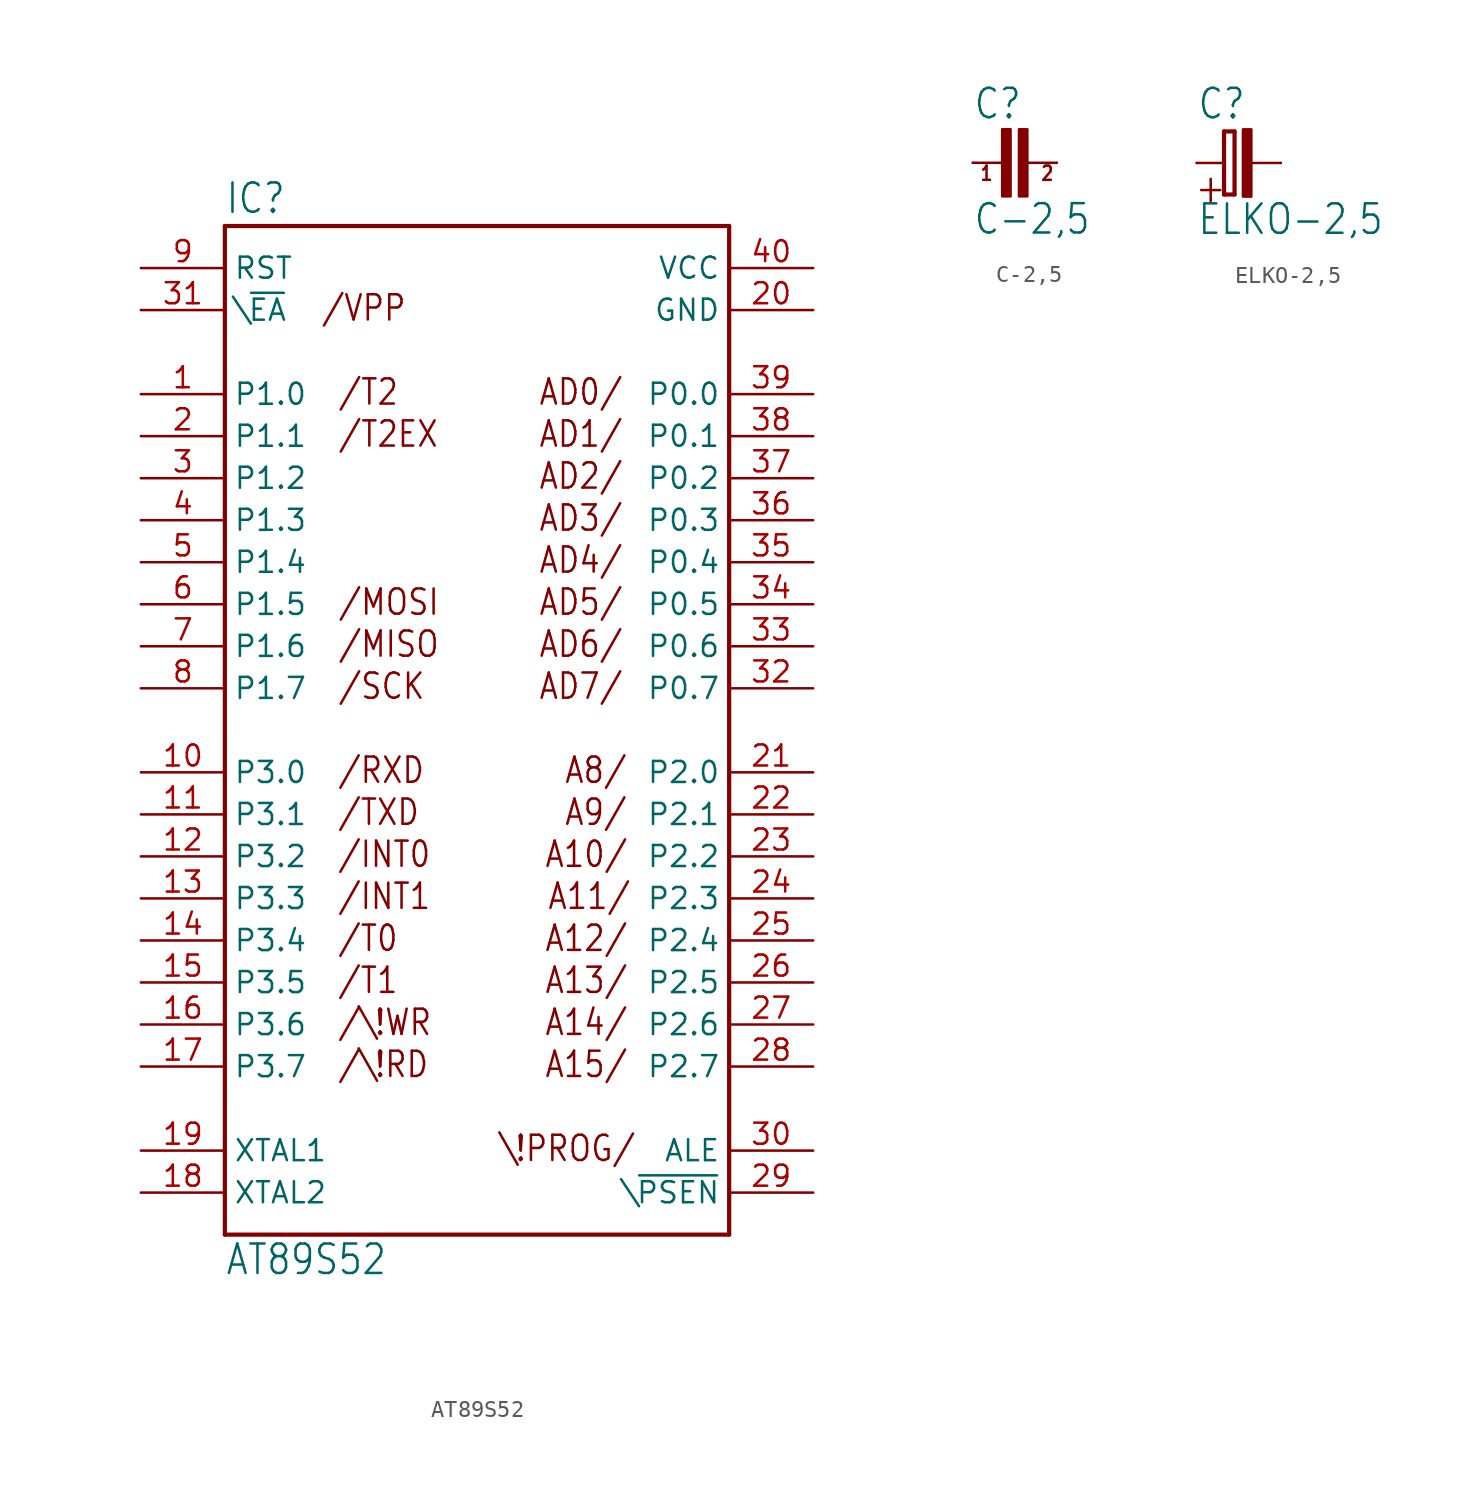
<source format=kicad_sym>
(kicad_symbol_lib
  (version 20211014)
  (generator kicad_symbol_editor)
  (symbol "AT89S52"
    (property "Reference" "IC"
      (at -15.24 31.115 0)
      (effects (font (size 1.778 1.511)) (justify left bottom)))
    (property "Value" "AT89S52"
      (at -15.24 -33.02 0)
      (effects (font (size 1.778 1.511)) (justify left bottom)))
    (property "ki_locked" ""
      (at 0 0 0)
      (effects (font (size 1.27 1.27))))
    (symbol "AT89S52_1_0"
      (polyline (pts (xy -15.24 -30.48) (xy -15.24 30.48)) (stroke (width 0.254) (type default) (color 0 0 0 0)) (fill (type none)))
      (polyline (pts (xy -15.24 30.48) (xy 15.24 30.48)) (stroke (width 0.254) (type default) (color 0 0 0 0)) (fill (type none)))
      (polyline (pts (xy 15.24 -30.48) (xy -15.24 -30.48)) (stroke (width 0.254) (type default) (color 0 0 0 0)) (fill (type none)))
      (polyline (pts (xy 15.24 30.48) (xy 15.24 -30.48)) (stroke (width 0.254) (type default) (color 0 0 0 0)) (fill (type none)))
      (text "/\\!RD" (at -8.484 -21.082 0) (effects (font (size 1.524 1.295)) (justify left bottom)))
      (text "/\\!WR" (at -8.484 -18.542 0) (effects (font (size 1.524 1.295)) (justify left bottom)))
      (text "/INT0" (at -8.484 -8.382 0) (effects (font (size 1.524 1.295)) (justify left bottom)))
      (text "/INT1" (at -8.484 -10.922 0) (effects (font (size 1.524 1.295)) (justify left bottom)))
      (text "/MISO" (at -8.458 4.318 0) (effects (font (size 1.524 1.295)) (justify left bottom)))
      (text "/MOSI" (at -8.458 6.858 0) (effects (font (size 1.524 1.295)) (justify left bottom)))
      (text "/RXD" (at -8.484 -3.302 0) (effects (font (size 1.524 1.295)) (justify left bottom)))
      (text "/SCK" (at -8.458 1.778 0) (effects (font (size 1.524 1.295)) (justify left bottom)))
      (text "/T0" (at -8.484 -13.462 0) (effects (font (size 1.524 1.295)) (justify left bottom)))
      (text "/T1" (at -8.484 -16.002 0) (effects (font (size 1.524 1.295)) (justify left bottom)))
      (text "/T2" (at -8.458 19.558 0) (effects (font (size 1.524 1.295)) (justify left bottom)))
      (text "/T2EX" (at -8.458 17.018 0) (effects (font (size 1.524 1.295)) (justify left bottom)))
      (text "/TXD" (at -8.484 -5.842 0) (effects (font (size 1.524 1.295)) (justify left bottom)))
      (text "/VPP" (at -9.474 24.638 0) (effects (font (size 1.524 1.295)) (justify left bottom)))
      (text "\\!PROG/" (at 1.372 -26.162 0) (effects (font (size 1.524 1.295)) (justify left bottom)))
      (text "A10/" (at 4.039 -8.382 0) (effects (font (size 1.524 1.295)) (justify left bottom)))
      (text "A11/" (at 4.216 -10.922 0) (effects (font (size 1.524 1.295)) (justify left bottom)))
      (text "A12/" (at 4.039 -13.462 0) (effects (font (size 1.524 1.295)) (justify left bottom)))
      (text "A13/" (at 4.039 -16.002 0) (effects (font (size 1.524 1.295)) (justify left bottom)))
      (text "A14/" (at 4.039 -18.542 0) (effects (font (size 1.524 1.295)) (justify left bottom)))
      (text "A15/" (at 4.039 -21.082 0) (effects (font (size 1.524 1.295)) (justify left bottom)))
      (text "A8/" (at 5.232 -3.302 0) (effects (font (size 1.524 1.295)) (justify left bottom)))
      (text "A9/" (at 5.232 -5.842 0) (effects (font (size 1.524 1.295)) (justify left bottom)))
      (text "AD0/" (at 3.683 19.558 0) (effects (font (size 1.524 1.295)) (justify left bottom)))
      (text "AD1/" (at 3.683 17.018 0) (effects (font (size 1.524 1.295)) (justify left bottom)))
      (text "AD2/" (at 3.683 14.478 0) (effects (font (size 1.524 1.295)) (justify left bottom)))
      (text "AD3/" (at 3.683 11.938 0) (effects (font (size 1.524 1.295)) (justify left bottom)))
      (text "AD4/" (at 3.683 9.398 0) (effects (font (size 1.524 1.295)) (justify left bottom)))
      (text "AD5/" (at 3.683 6.858 0) (effects (font (size 1.524 1.295)) (justify left bottom)))
      (text "AD6/" (at 3.683 4.318 0) (effects (font (size 1.524 1.295)) (justify left bottom)))
      (text "AD7/" (at 3.683 1.778 0) (effects (font (size 1.524 1.295)) (justify left bottom)))
      (pin bidirectional line (at -20.32 20.32 0) (length 5.08) (name "P1.0" (effects (font (size 1.27 1.27)))) (number "1" (effects (font (size 1.27 1.27)))))
      (pin bidirectional line (at -20.32 -2.54 0) (length 5.08) (name "P3.0" (effects (font (size 1.27 1.27)))) (number "10" (effects (font (size 1.27 1.27)))))
      (pin bidirectional line (at -20.32 -5.08 0) (length 5.08) (name "P3.1" (effects (font (size 1.27 1.27)))) (number "11" (effects (font (size 1.27 1.27)))))
      (pin bidirectional line (at -20.32 -7.62 0) (length 5.08) (name "P3.2" (effects (font (size 1.27 1.27)))) (number "12" (effects (font (size 1.27 1.27)))))
      (pin bidirectional line (at -20.32 -10.16 0) (length 5.08) (name "P3.3" (effects (font (size 1.27 1.27)))) (number "13" (effects (font (size 1.27 1.27)))))
      (pin bidirectional line (at -20.32 -12.7 0) (length 5.08) (name "P3.4" (effects (font (size 1.27 1.27)))) (number "14" (effects (font (size 1.27 1.27)))))
      (pin bidirectional line (at -20.32 -15.24 0) (length 5.08) (name "P3.5" (effects (font (size 1.27 1.27)))) (number "15" (effects (font (size 1.27 1.27)))))
      (pin bidirectional line (at -20.32 -17.78 0) (length 5.08) (name "P3.6" (effects (font (size 1.27 1.27)))) (number "16" (effects (font (size 1.27 1.27)))))
      (pin bidirectional line (at -20.32 -20.32 0) (length 5.08) (name "P3.7" (effects (font (size 1.27 1.27)))) (number "17" (effects (font (size 1.27 1.27)))))
      (pin output line (at -20.32 -27.94 0) (length 5.08) (name "XTAL2" (effects (font (size 1.27 1.27)))) (number "18" (effects (font (size 1.27 1.27)))))
      (pin input line (at -20.32 -25.4 0) (length 5.08) (name "XTAL1" (effects (font (size 1.27 1.27)))) (number "19" (effects (font (size 1.27 1.27)))))
      (pin bidirectional line (at -20.32 17.78 0) (length 5.08) (name "P1.1" (effects (font (size 1.27 1.27)))) (number "2" (effects (font (size 1.27 1.27)))))
      (pin power_in line (at 20.32 25.4 180) (length 5.08) (name "GND" (effects (font (size 1.27 1.27)))) (number "20" (effects (font (size 1.27 1.27)))))
      (pin bidirectional line (at 20.32 -2.54 180) (length 5.08) (name "P2.0" (effects (font (size 1.27 1.27)))) (number "21" (effects (font (size 1.27 1.27)))))
      (pin bidirectional line (at 20.32 -5.08 180) (length 5.08) (name "P2.1" (effects (font (size 1.27 1.27)))) (number "22" (effects (font (size 1.27 1.27)))))
      (pin bidirectional line (at 20.32 -7.62 180) (length 5.08) (name "P2.2" (effects (font (size 1.27 1.27)))) (number "23" (effects (font (size 1.27 1.27)))))
      (pin bidirectional line (at 20.32 -10.16 180) (length 5.08) (name "P2.3" (effects (font (size 1.27 1.27)))) (number "24" (effects (font (size 1.27 1.27)))))
      (pin bidirectional line (at 20.32 -12.7 180) (length 5.08) (name "P2.4" (effects (font (size 1.27 1.27)))) (number "25" (effects (font (size 1.27 1.27)))))
      (pin bidirectional line (at 20.32 -15.24 180) (length 5.08) (name "P2.5" (effects (font (size 1.27 1.27)))) (number "26" (effects (font (size 1.27 1.27)))))
      (pin bidirectional line (at 20.32 -17.78 180) (length 5.08) (name "P2.6" (effects (font (size 1.27 1.27)))) (number "27" (effects (font (size 1.27 1.27)))))
      (pin bidirectional line (at 20.32 -20.32 180) (length 5.08) (name "P2.7" (effects (font (size 1.27 1.27)))) (number "28" (effects (font (size 1.27 1.27)))))
      (pin output line (at 20.32 -27.94 180) (length 5.08) (name "\\~{PSEN}" (effects (font (size 1.27 1.27)))) (number "29" (effects (font (size 1.27 1.27)))))
      (pin bidirectional line (at -20.32 15.24 0) (length 5.08) (name "P1.2" (effects (font (size 1.27 1.27)))) (number "3" (effects (font (size 1.27 1.27)))))
      (pin output line (at 20.32 -25.4 180) (length 5.08) (name "ALE" (effects (font (size 1.27 1.27)))) (number "30" (effects (font (size 1.27 1.27)))))
      (pin input line (at -20.32 25.4 0) (length 5.08) (name "\\~{EA}" (effects (font (size 1.27 1.27)))) (number "31" (effects (font (size 1.27 1.27)))))
      (pin bidirectional line (at 20.32 2.54 180) (length 5.08) (name "P0.7" (effects (font (size 1.27 1.27)))) (number "32" (effects (font (size 1.27 1.27)))))
      (pin bidirectional line (at 20.32 5.08 180) (length 5.08) (name "P0.6" (effects (font (size 1.27 1.27)))) (number "33" (effects (font (size 1.27 1.27)))))
      (pin bidirectional line (at 20.32 7.62 180) (length 5.08) (name "P0.5" (effects (font (size 1.27 1.27)))) (number "34" (effects (font (size 1.27 1.27)))))
      (pin bidirectional line (at 20.32 10.16 180) (length 5.08) (name "P0.4" (effects (font (size 1.27 1.27)))) (number "35" (effects (font (size 1.27 1.27)))))
      (pin bidirectional line (at 20.32 12.7 180) (length 5.08) (name "P0.3" (effects (font (size 1.27 1.27)))) (number "36" (effects (font (size 1.27 1.27)))))
      (pin bidirectional line (at 20.32 15.24 180) (length 5.08) (name "P0.2" (effects (font (size 1.27 1.27)))) (number "37" (effects (font (size 1.27 1.27)))))
      (pin bidirectional line (at 20.32 17.78 180) (length 5.08) (name "P0.1" (effects (font (size 1.27 1.27)))) (number "38" (effects (font (size 1.27 1.27)))))
      (pin bidirectional line (at 20.32 20.32 180) (length 5.08) (name "P0.0" (effects (font (size 1.27 1.27)))) (number "39" (effects (font (size 1.27 1.27)))))
      (pin bidirectional line (at -20.32 12.7 0) (length 5.08) (name "P1.3" (effects (font (size 1.27 1.27)))) (number "4" (effects (font (size 1.27 1.27)))))
      (pin power_in line (at 20.32 27.94 180) (length 5.08) (name "VCC" (effects (font (size 1.27 1.27)))) (number "40" (effects (font (size 1.27 1.27)))))
      (pin bidirectional line (at -20.32 10.16 0) (length 5.08) (name "P1.4" (effects (font (size 1.27 1.27)))) (number "5" (effects (font (size 1.27 1.27)))))
      (pin bidirectional line (at -20.32 7.62 0) (length 5.08) (name "P1.5" (effects (font (size 1.27 1.27)))) (number "6" (effects (font (size 1.27 1.27)))))
      (pin bidirectional line (at -20.32 5.08 0) (length 5.08) (name "P1.6" (effects (font (size 1.27 1.27)))) (number "7" (effects (font (size 1.27 1.27)))))
      (pin bidirectional line (at -20.32 2.54 0) (length 5.08) (name "P1.7" (effects (font (size 1.27 1.27)))) (number "8" (effects (font (size 1.27 1.27)))))
      (pin input line (at -20.32 27.94 0) (length 5.08) (name "RST" (effects (font (size 1.27 1.27)))) (number "9" (effects (font (size 1.27 1.27)))))))
  (symbol "C-2,5"
    (property "Reference" "C"
      (at -2.54 2.54 0)
      (effects (font (size 1.778 1.511)) (justify left bottom)))
    (property "Value" "C-2,5"
      (at -2.54 -4.445 0)
      (effects (font (size 1.778 1.511)) (justify left bottom)))
    (property "ki_locked" ""
      (at 0 0 0)
      (effects (font (size 1.27 1.27))))
    (symbol "C-2,5_1_0"
      (rectangle (start -0.762 2.032) (end -0.254 -2.032) (stroke (width 0) (type default) (color 0 0 0 0)) (fill (type outline)))
      (polyline (pts (xy -2.54 0) (xy -0.508 0)) (stroke (width 0.152) (type default) (color 0 0 0 0)) (fill (type none)))
      (polyline (pts (xy 0.508 0) (xy 2.54 0)) (stroke (width 0.152) (type default) (color 0 0 0 0)) (fill (type none)))
      (rectangle (start 0.254 2.032) (end 0.762 -2.032) (stroke (width 0) (type default) (color 0 0 0 0)) (fill (type outline)))
      (text "1" (at -2.159 -1.143 0) (effects (font (size 0.864 0.734)) (justify left bottom)))
      (text "2" (at 1.524 -1.143 0) (effects (font (size 0.864 0.734)) (justify left bottom)))
      (pin passive line (at -2.54 0 0) (length 0) (name "1" (effects (font (size 0 0)))) (number "1" (effects (font (size 0 0)))))
      (pin passive line (at 2.54 0 180) (length 0) (name "2" (effects (font (size 0 0)))) (number "2" (effects (font (size 0 0)))))))
  (symbol "ELKO-2,5"
    (property "Reference" "C"
      (at -2.54 2.54 0)
      (effects (font (size 1.778 1.511)) (justify left bottom)))
    (property "Value" "ELKO-2,5"
      (at -2.54 -4.445 0)
      (effects (font (size 1.778 1.511)) (justify left bottom)))
    (property "ki_locked" ""
      (at 0 0 0)
      (effects (font (size 1.27 1.27))))
    (symbol "ELKO-2,5_1_0"
      (polyline (pts (xy -2.54 0) (xy -0.889 0)) (stroke (width 0.152) (type default) (color 0 0 0 0)) (fill (type none)))
      (polyline (pts (xy -0.889 -1.905) (xy -0.889 0)) (stroke (width 0.254) (type default) (color 0 0 0 0)) (fill (type none)))
      (polyline (pts (xy -0.889 0) (xy -0.889 1.905)) (stroke (width 0.254) (type default) (color 0 0 0 0)) (fill (type none)))
      (polyline (pts (xy -0.889 1.905) (xy -0.254 1.905)) (stroke (width 0.254) (type default) (color 0 0 0 0)) (fill (type none)))
      (polyline (pts (xy -0.254 -1.905) (xy -0.889 -1.905)) (stroke (width 0.254) (type default) (color 0 0 0 0)) (fill (type none)))
      (polyline (pts (xy -0.254 1.905) (xy -0.254 -1.905)) (stroke (width 0.254) (type default) (color 0 0 0 0)) (fill (type none)))
      (polyline (pts (xy 0.508 0) (xy 2.54 0)) (stroke (width 0.152) (type default) (color 0 0 0 0)) (fill (type none)))
      (rectangle (start 0.254 2.032) (end 0.762 -2.032) (stroke (width 0) (type default) (color 0 0 0 0)) (fill (type outline)))
      (text "+" (at -2.731 -2.54 0) (effects (font (size 1.778 1.511)) (justify left bottom)))
      (pin passive line (at -2.54 0 0) (length 0) (name "+" (effects (font (size 0 0)))) (number "+" (effects (font (size 0 0)))))
      (pin passive line (at 2.54 0 180) (length 0) (name "-" (effects (font (size 0 0)))) (number "-" (effects (font (size 0 0))))))))
</source>
